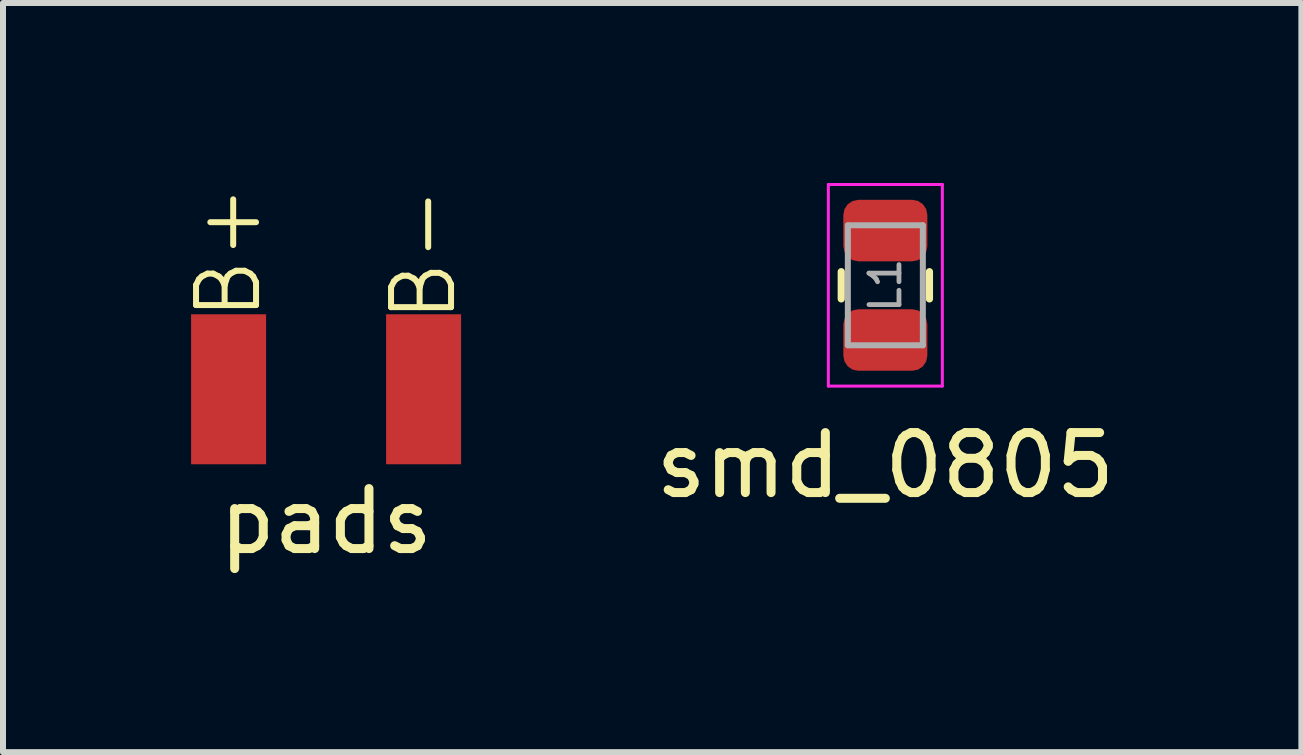
<source format=kicad_pcb>
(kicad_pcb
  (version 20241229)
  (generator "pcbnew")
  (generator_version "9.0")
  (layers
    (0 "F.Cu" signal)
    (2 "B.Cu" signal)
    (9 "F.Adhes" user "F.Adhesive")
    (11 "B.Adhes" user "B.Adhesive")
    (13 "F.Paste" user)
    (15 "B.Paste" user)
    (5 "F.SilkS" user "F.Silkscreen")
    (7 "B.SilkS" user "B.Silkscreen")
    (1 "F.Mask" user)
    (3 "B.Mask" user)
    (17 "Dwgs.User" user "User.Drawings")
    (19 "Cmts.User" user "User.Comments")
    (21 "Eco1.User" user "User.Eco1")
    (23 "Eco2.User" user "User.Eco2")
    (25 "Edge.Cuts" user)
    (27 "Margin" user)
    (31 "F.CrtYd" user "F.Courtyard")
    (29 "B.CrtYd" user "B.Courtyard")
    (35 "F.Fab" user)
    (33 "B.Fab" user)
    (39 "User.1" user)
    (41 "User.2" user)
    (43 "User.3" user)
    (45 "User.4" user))
  (footprint "pads"
    (layer "F.Cu")
    (at 2.385 3.438)
    (property "Reference" "pads" (at 0 2.2 0) (layer "F.SilkS") (effects (font (size 1 1) (thickness 0.15))))
    (attr through_hole)
    (fp_text user "B-" (at 1.625 -2.25 90) (layer "F.SilkS") (effects (font (size 1 1) (thickness 0.1))))
    (fp_text user "B+" (at -1.625 -1.1 90) (layer "F.SilkS") (effects (font (size 1 1) (thickness 0.1)) (justify left)))
    (pad "1" smd rect (at -1.625 0) (size 1.25 2.5) (layers "F.Cu" "F.Mask" "F.Paste"))
    (pad "2" smd rect (at 1.625 0) (size 1.25 2.5) (layers "F.Cu" "F.Mask" "F.Paste")))
  (footprint "smd_0805"
    (layer "F.Cu")
    (at 11.706 1.705)
    (property "Reference" "smd_0805" (at 0 3 0) (layer "F.SilkS") (effects (font (size 1 1) (thickness 0.15))))
    (attr through_hole)
    (fp_line (start -0.735 0.227) (end -0.735 -0.227) (stroke (width 0.12) (type solid)) (layer "F.SilkS"))
    (fp_line (start 0.735 0.227) (end 0.735 -0.227) (stroke (width 0.12) (type solid)) (layer "F.SilkS"))
    (fp_line (start -0.95 -1.68) (end 0.95 -1.68) (stroke (width 0.05) (type solid)) (layer "F.CrtYd"))
    (fp_line (start -0.95 1.68) (end -0.95 -1.68) (stroke (width 0.05) (type solid)) (layer "F.CrtYd"))
    (fp_line (start 0.95 -1.68) (end 0.95 1.68) (stroke (width 0.05) (type solid)) (layer "F.CrtYd"))
    (fp_line (start 0.95 1.68) (end -0.95 1.68) (stroke (width 0.05) (type solid)) (layer "F.CrtYd"))
    (fp_line (start -0.625 -1) (end 0.625 -1) (stroke (width 0.1) (type solid)) (layer "F.Fab"))
    (fp_line (start -0.625 1) (end -0.625 -1) (stroke (width 0.1) (type solid)) (layer "F.Fab"))
    (fp_line (start 0.625 -1) (end 0.625 1) (stroke (width 0.1) (type solid)) (layer "F.Fab"))
    (fp_line (start 0.625 1) (end -0.625 1) (stroke (width 0.1) (type solid)) (layer "F.Fab"))
    (fp_text user "L1" (at 0 0 90) (layer "F.Fab") (effects (font (size 0.5 0.5) (thickness 0.08))))
    (pad "1" smd roundrect (at 0 0.912 90) (size 1.025 1.4) (layers "F.Cu" "F.Mask" "F.Paste") (roundrect_rratio 0.244))
    (pad "2" smd roundrect (at 0 -0.912 90) (size 1.025 1.4) (layers "F.Cu" "F.Mask" "F.Paste") (roundrect_rratio 0.244)))
  (gr_rect
    (start -3 -3)
    (end 18.64 9.486)
    (stroke (width 0.1) (type default))
    (fill no)
    (layer "Edge.Cuts")))
</source>
